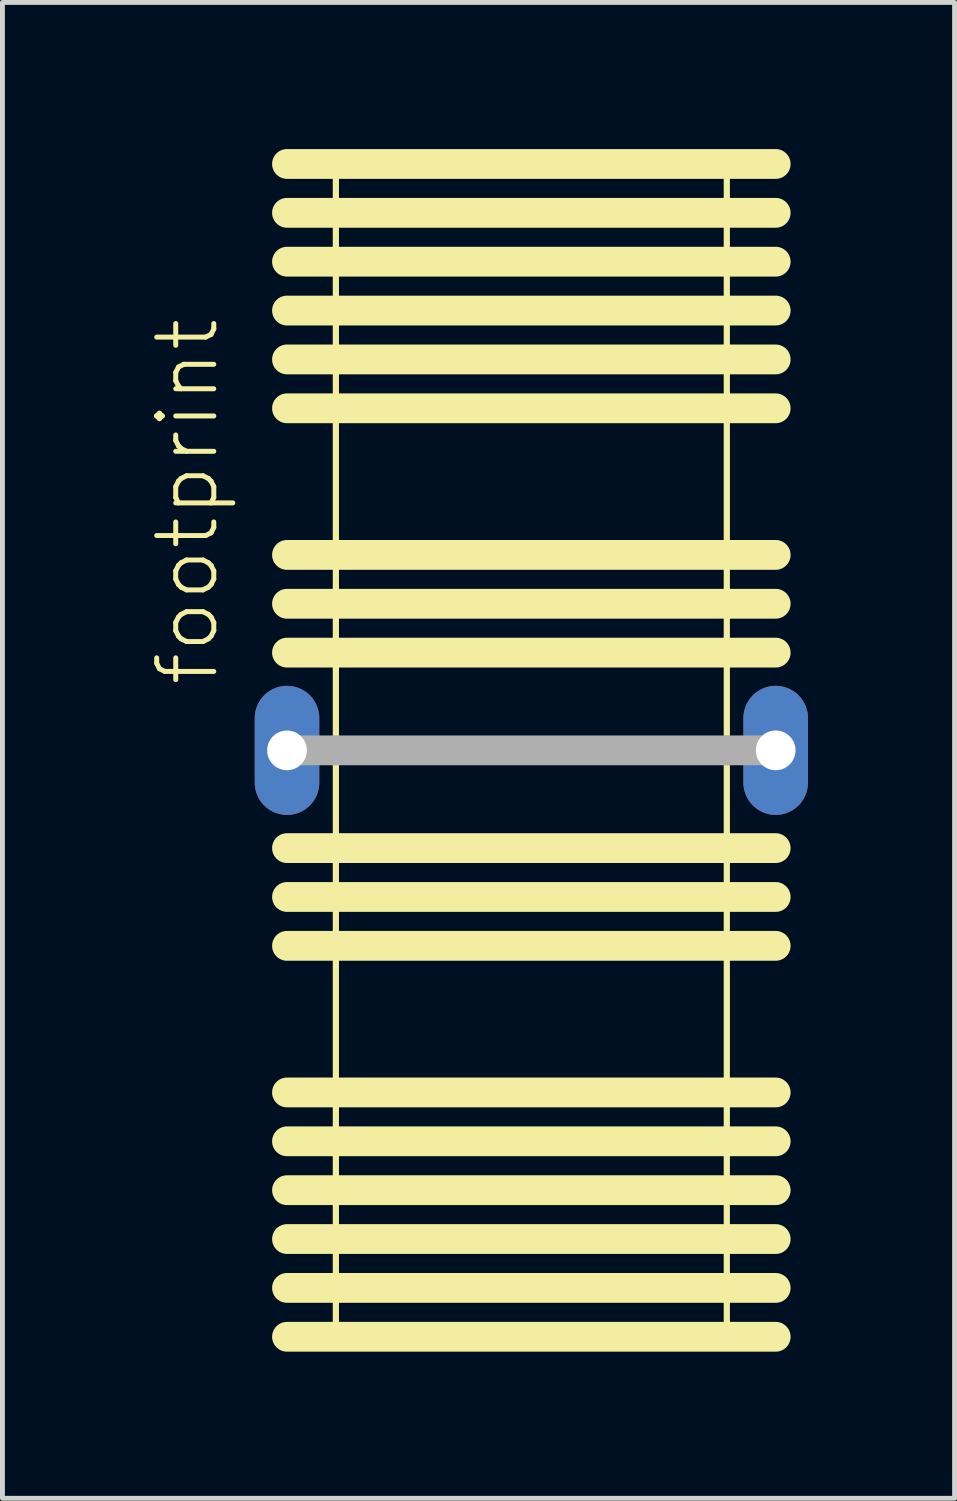
<source format=kicad_pcb>
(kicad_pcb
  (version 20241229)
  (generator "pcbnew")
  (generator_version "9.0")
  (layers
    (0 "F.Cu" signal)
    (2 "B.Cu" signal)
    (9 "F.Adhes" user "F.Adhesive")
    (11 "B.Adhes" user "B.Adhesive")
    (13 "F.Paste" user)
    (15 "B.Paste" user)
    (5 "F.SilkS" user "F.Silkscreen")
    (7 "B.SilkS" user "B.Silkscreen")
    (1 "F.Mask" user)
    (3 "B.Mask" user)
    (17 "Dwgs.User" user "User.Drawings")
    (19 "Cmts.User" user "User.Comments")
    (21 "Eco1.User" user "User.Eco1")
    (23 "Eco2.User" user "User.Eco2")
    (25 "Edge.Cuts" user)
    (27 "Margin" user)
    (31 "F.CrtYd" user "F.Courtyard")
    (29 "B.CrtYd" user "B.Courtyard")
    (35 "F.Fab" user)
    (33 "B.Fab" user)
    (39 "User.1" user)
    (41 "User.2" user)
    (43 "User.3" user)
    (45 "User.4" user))
  (footprint "footprint"
    (layer "F.Cu")
    (at 7.823 12.305)
    (property "Reference" "footprint" (at -6.35 -1.27 90) (layer "F.SilkS") (effects (font (size 1.168 1.168) (thickness 0.102)) (justify left bottom)))
    (fp_line (start -5 -12) (end 5 -12) (stroke (width 0.61) (type solid)) (layer "F.SilkS"))
    (fp_line (start -5 -11) (end 5 -11) (stroke (width 0.61) (type solid)) (layer "F.SilkS"))
    (fp_line (start -5 -10) (end 5 -10) (stroke (width 0.61) (type solid)) (layer "F.SilkS"))
    (fp_line (start -5 -9) (end 5 -9) (stroke (width 0.61) (type solid)) (layer "F.SilkS"))
    (fp_line (start -5 -8) (end 5 -8) (stroke (width 0.61) (type solid)) (layer "F.SilkS"))
    (fp_line (start -5 -7) (end 5 -7) (stroke (width 0.61) (type solid)) (layer "F.SilkS"))
    (fp_line (start -5 -4) (end 5 -4) (stroke (width 0.61) (type solid)) (layer "F.SilkS"))
    (fp_line (start -5 -3) (end 5 -3) (stroke (width 0.61) (type solid)) (layer "F.SilkS"))
    (fp_line (start -5 -2) (end 5 -2) (stroke (width 0.61) (type solid)) (layer "F.SilkS"))
    (fp_line (start -5 2) (end 5 2) (stroke (width 0.61) (type solid)) (layer "F.SilkS"))
    (fp_line (start -5 3) (end 5 3) (stroke (width 0.61) (type solid)) (layer "F.SilkS"))
    (fp_line (start -5 4) (end 5 4) (stroke (width 0.61) (type solid)) (layer "F.SilkS"))
    (fp_line (start -5 7) (end 5 7) (stroke (width 0.61) (type solid)) (layer "F.SilkS"))
    (fp_line (start -5 8) (end 5 8) (stroke (width 0.61) (type solid)) (layer "F.SilkS"))
    (fp_line (start -5 9) (end 5 9) (stroke (width 0.61) (type solid)) (layer "F.SilkS"))
    (fp_line (start -5 10) (end 5 10) (stroke (width 0.61) (type solid)) (layer "F.SilkS"))
    (fp_line (start -5 11) (end 5 11) (stroke (width 0.61) (type solid)) (layer "F.SilkS"))
    (fp_line (start -5 12) (end 5 12) (stroke (width 0.61) (type solid)) (layer "F.SilkS"))
    (fp_line (start -4 -12) (end -4 12) (stroke (width 0.127) (type solid)) (layer "F.SilkS"))
    (fp_line (start -4 12) (end 4 12) (stroke (width 0.127) (type solid)) (layer "F.SilkS"))
    (fp_line (start 4 -12) (end -4 -12) (stroke (width 0.127) (type solid)) (layer "F.SilkS"))
    (fp_line (start 4 12) (end 4 -12) (stroke (width 0.127) (type solid)) (layer "F.SilkS"))
    (fp_line (start -5 0) (end -4 0) (stroke (width 0.61) (type solid)) (layer "F.Fab"))
    (fp_line (start -4 0) (end 4 0) (stroke (width 0.61) (type solid)) (layer "F.Fab"))
    (fp_line (start 4 0) (end 5 0) (stroke (width 0.61) (type solid)) (layer "F.Fab"))
    (pad "1" thru_hole oval (at -5 0 90) (size 2.642 1.321) (drill 0.813) (layers "*.Cu" "*.Mask"))
    (pad "2" thru_hole oval (at 5 0 90) (size 2.642 1.321) (drill 0.813) (layers "*.Cu" "*.Mask")))
  (gr_rect
    (start -3 -3)
    (end 16.484 27.61)
    (stroke (width 0.1) (type default))
    (fill no)
    (layer "Edge.Cuts")))
</source>
